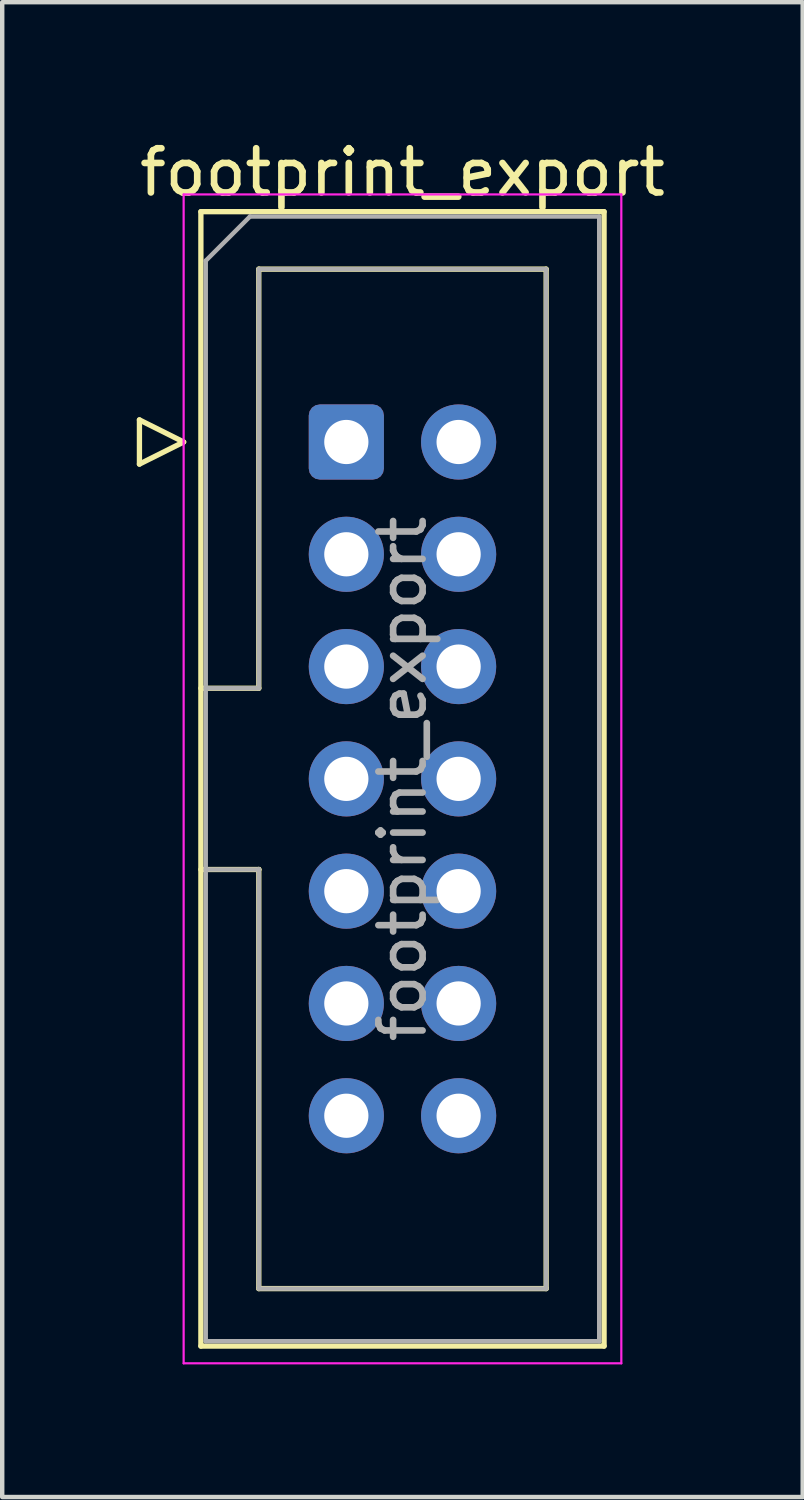
<source format=kicad_pcb>
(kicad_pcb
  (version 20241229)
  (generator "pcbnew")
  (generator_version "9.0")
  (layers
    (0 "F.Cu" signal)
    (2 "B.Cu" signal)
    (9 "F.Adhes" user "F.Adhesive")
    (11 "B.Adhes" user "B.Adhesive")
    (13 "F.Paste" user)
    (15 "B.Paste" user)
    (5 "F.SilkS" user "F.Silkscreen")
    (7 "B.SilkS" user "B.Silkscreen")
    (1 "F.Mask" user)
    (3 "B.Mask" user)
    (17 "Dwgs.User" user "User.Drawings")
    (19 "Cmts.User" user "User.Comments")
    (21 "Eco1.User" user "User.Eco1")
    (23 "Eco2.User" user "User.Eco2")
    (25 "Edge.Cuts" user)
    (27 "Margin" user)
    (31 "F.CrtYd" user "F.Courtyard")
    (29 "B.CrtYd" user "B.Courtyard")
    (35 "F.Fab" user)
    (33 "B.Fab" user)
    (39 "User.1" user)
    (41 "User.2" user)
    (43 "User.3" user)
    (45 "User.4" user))
  (footprint "footprint_export"
    (layer "F.Cu")
    (at 4.784 6.948)
    (property "Reference" "footprint_export" (at 1.27 -6.1 0) (layer "F.SilkS") (effects (font (size 1 1) (thickness 0.15))))
    (attr through_hole)
    (fp_line (start -4.68 -0.5) (end -4.68 0.5) (stroke (width 0.12) (type solid)) (layer "F.SilkS"))
    (fp_line (start -4.68 0.5) (end -3.68 0) (stroke (width 0.12) (type solid)) (layer "F.SilkS"))
    (fp_line (start -3.68 0) (end -4.68 -0.5) (stroke (width 0.12) (type solid)) (layer "F.SilkS"))
    (fp_line (start -3.29 -5.21) (end 5.83 -5.21) (stroke (width 0.12) (type solid)) (layer "F.SilkS"))
    (fp_line (start -3.29 5.57) (end -1.98 5.57) (stroke (width 0.12) (type solid)) (layer "F.SilkS"))
    (fp_line (start -3.29 20.45) (end -3.29 -5.21) (stroke (width 0.12) (type solid)) (layer "F.SilkS"))
    (fp_line (start -1.98 -3.91) (end 4.52 -3.91) (stroke (width 0.12) (type solid)) (layer "F.SilkS"))
    (fp_line (start -1.98 5.57) (end -1.98 -3.91) (stroke (width 0.12) (type solid)) (layer "F.SilkS"))
    (fp_line (start -1.98 9.67) (end -3.29 9.67) (stroke (width 0.12) (type solid)) (layer "F.SilkS"))
    (fp_line (start -1.98 9.67) (end -1.98 9.67) (stroke (width 0.12) (type solid)) (layer "F.SilkS"))
    (fp_line (start -1.98 19.15) (end -1.98 9.67) (stroke (width 0.12) (type solid)) (layer "F.SilkS"))
    (fp_line (start 4.52 -3.91) (end 4.52 19.15) (stroke (width 0.12) (type solid)) (layer "F.SilkS"))
    (fp_line (start 4.52 19.15) (end -1.98 19.15) (stroke (width 0.12) (type solid)) (layer "F.SilkS"))
    (fp_line (start 5.83 -5.21) (end 5.83 20.45) (stroke (width 0.12) (type solid)) (layer "F.SilkS"))
    (fp_line (start 5.83 20.45) (end -3.29 20.45) (stroke (width 0.12) (type solid)) (layer "F.SilkS"))
    (fp_line (start -3.68 -5.6) (end -3.68 20.84) (stroke (width 0.05) (type solid)) (layer "F.CrtYd"))
    (fp_line (start -3.68 20.84) (end 6.22 20.84) (stroke (width 0.05) (type solid)) (layer "F.CrtYd"))
    (fp_line (start 6.22 -5.6) (end -3.68 -5.6) (stroke (width 0.05) (type solid)) (layer "F.CrtYd"))
    (fp_line (start 6.22 20.84) (end 6.22 -5.6) (stroke (width 0.05) (type solid)) (layer "F.CrtYd"))
    (fp_line (start -3.18 -4.1) (end -2.18 -5.1) (stroke (width 0.1) (type solid)) (layer "F.Fab"))
    (fp_line (start -3.18 5.57) (end -1.98 5.57) (stroke (width 0.1) (type solid)) (layer "F.Fab"))
    (fp_line (start -3.18 20.34) (end -3.18 -4.1) (stroke (width 0.1) (type solid)) (layer "F.Fab"))
    (fp_line (start -2.18 -5.1) (end 5.72 -5.1) (stroke (width 0.1) (type solid)) (layer "F.Fab"))
    (fp_line (start -1.98 -3.91) (end 4.52 -3.91) (stroke (width 0.1) (type solid)) (layer "F.Fab"))
    (fp_line (start -1.98 5.57) (end -1.98 -3.91) (stroke (width 0.1) (type solid)) (layer "F.Fab"))
    (fp_line (start -1.98 9.67) (end -3.18 9.67) (stroke (width 0.1) (type solid)) (layer "F.Fab"))
    (fp_line (start -1.98 9.67) (end -1.98 9.67) (stroke (width 0.1) (type solid)) (layer "F.Fab"))
    (fp_line (start -1.98 19.15) (end -1.98 9.67) (stroke (width 0.1) (type solid)) (layer "F.Fab"))
    (fp_line (start 4.52 -3.91) (end 4.52 19.15) (stroke (width 0.1) (type solid)) (layer "F.Fab"))
    (fp_line (start 4.52 19.15) (end -1.98 19.15) (stroke (width 0.1) (type solid)) (layer "F.Fab"))
    (fp_line (start 5.72 -5.1) (end 5.72 20.34) (stroke (width 0.1) (type solid)) (layer "F.Fab"))
    (fp_line (start 5.72 20.34) (end -3.18 20.34) (stroke (width 0.1) (type solid)) (layer "F.Fab"))
    (fp_text user "${REFERENCE}" (at 1.27 7.62 90) (layer "F.Fab") (effects (font (size 1 1) (thickness 0.15))))
    (pad "1" thru_hole roundrect (at 0 0) (size 1.7 1.7) (drill 1) (layers "*.Cu" "*.Mask") (roundrect_rratio 0.147))
    (pad "2" thru_hole circle (at 2.54 0) (size 1.7 1.7) (drill 1) (layers "*.Cu" "*.Mask"))
    (pad "3" thru_hole circle (at 0 2.54) (size 1.7 1.7) (drill 1) (layers "*.Cu" "*.Mask"))
    (pad "4" thru_hole circle (at 2.54 2.54) (size 1.7 1.7) (drill 1) (layers "*.Cu" "*.Mask"))
    (pad "5" thru_hole circle (at 0 5.08) (size 1.7 1.7) (drill 1) (layers "*.Cu" "*.Mask"))
    (pad "6" thru_hole circle (at 2.54 5.08) (size 1.7 1.7) (drill 1) (layers "*.Cu" "*.Mask"))
    (pad "7" thru_hole circle (at 0 7.62) (size 1.7 1.7) (drill 1) (layers "*.Cu" "*.Mask"))
    (pad "8" thru_hole circle (at 2.54 7.62) (size 1.7 1.7) (drill 1) (layers "*.Cu" "*.Mask"))
    (pad "9" thru_hole circle (at 0 10.16) (size 1.7 1.7) (drill 1) (layers "*.Cu" "*.Mask"))
    (pad "10" thru_hole circle (at 2.54 10.16) (size 1.7 1.7) (drill 1) (layers "*.Cu" "*.Mask"))
    (pad "11" thru_hole circle (at 0 12.7) (size 1.7 1.7) (drill 1) (layers "*.Cu" "*.Mask"))
    (pad "12" thru_hole circle (at 2.54 12.7) (size 1.7 1.7) (drill 1) (layers "*.Cu" "*.Mask"))
    (pad "13" thru_hole circle (at 0 15.24) (size 1.7 1.7) (drill 1) (layers "*.Cu" "*.Mask"))
    (pad "14" thru_hole circle (at 2.54 15.24) (size 1.7 1.7) (drill 1) (layers "*.Cu" "*.Mask")))
  (gr_rect
    (start -3 -3)
    (end 15.107 30.813)
    (stroke (width 0.1) (type default))
    (fill no)
    (layer "Edge.Cuts")))
</source>
